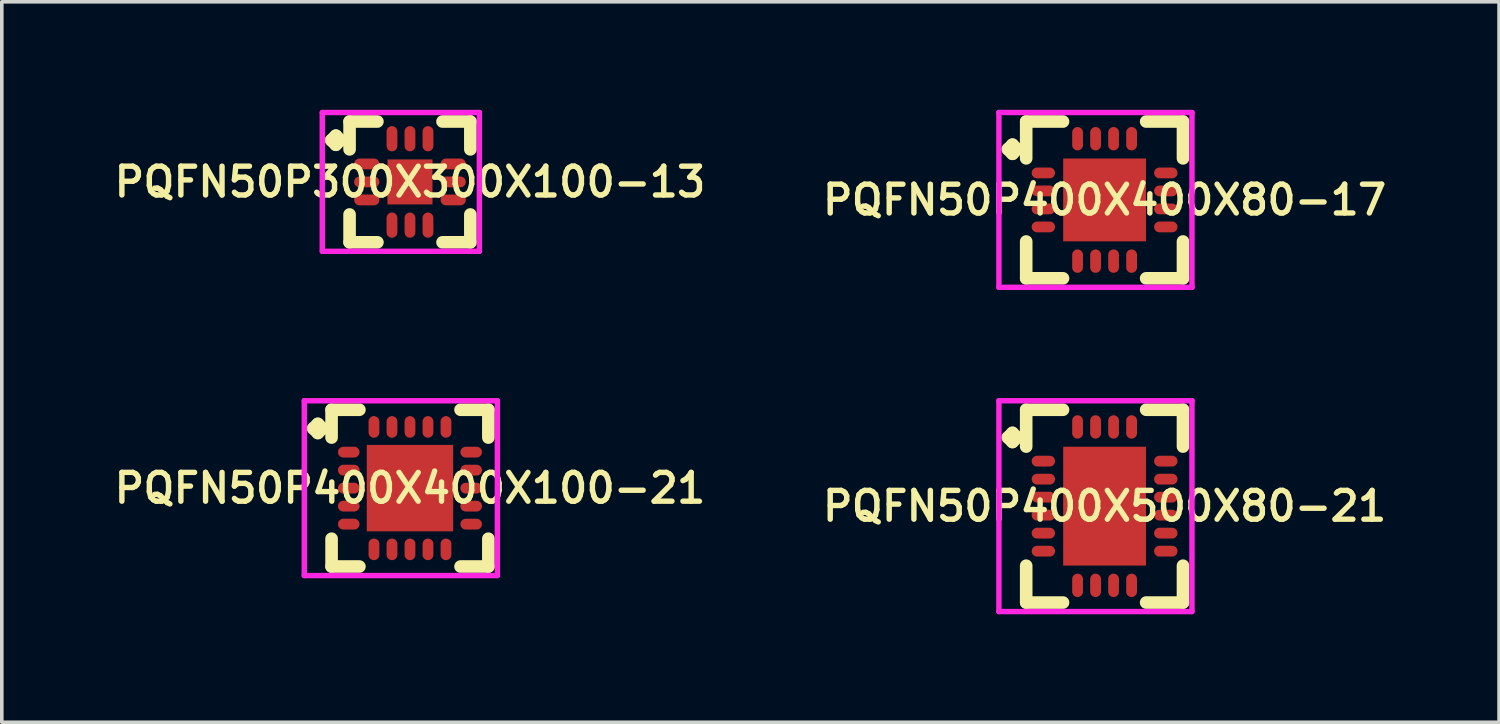
<source format=kicad_pcb>
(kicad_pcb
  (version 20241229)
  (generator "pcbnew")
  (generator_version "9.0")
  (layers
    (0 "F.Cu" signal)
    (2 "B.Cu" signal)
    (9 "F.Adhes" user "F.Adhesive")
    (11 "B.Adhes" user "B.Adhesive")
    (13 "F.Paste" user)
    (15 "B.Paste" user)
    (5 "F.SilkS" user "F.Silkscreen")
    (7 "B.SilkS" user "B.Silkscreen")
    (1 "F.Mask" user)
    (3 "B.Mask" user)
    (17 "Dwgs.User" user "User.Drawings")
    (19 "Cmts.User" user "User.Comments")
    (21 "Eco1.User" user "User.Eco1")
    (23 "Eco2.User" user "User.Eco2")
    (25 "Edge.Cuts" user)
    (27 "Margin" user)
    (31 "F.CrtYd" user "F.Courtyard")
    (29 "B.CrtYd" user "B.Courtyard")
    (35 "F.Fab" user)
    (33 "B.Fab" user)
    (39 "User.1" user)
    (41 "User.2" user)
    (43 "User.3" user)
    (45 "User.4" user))
  (footprint "PQFN50P400X400X80-17"
    (layer "F.Cu")
    (at 27.625 2.502)
    (property "Reference" "PQFN50P400X400X80-17" (at 0 0 0) (layer "F.SilkS") (effects (font (size 0.8 0.8) (thickness 0.15))))
    (attr smd)
    (fp_line (start -2.685 -1.408) (end -2.558 -1.535) (stroke (width 0.35) (type solid)) (layer "F.SilkS"))
    (fp_line (start -2.558 -1.535) (end -2.431 -1.408) (stroke (width 0.35) (type solid)) (layer "F.SilkS"))
    (fp_line (start -2.558 -1.281) (end -2.685 -1.408) (stroke (width 0.35) (type solid)) (layer "F.SilkS"))
    (fp_line (start -2.431 -1.408) (end -2.558 -1.281) (stroke (width 0.35) (type solid)) (layer "F.SilkS"))
    (fp_line (start -2.177 -2.177) (end -1.154 -2.177) (stroke (width 0.35) (type solid)) (layer "F.SilkS"))
    (fp_line (start -2.177 -1.154) (end -2.177 -2.177) (stroke (width 0.35) (type solid)) (layer "F.SilkS"))
    (fp_line (start -2.177 1.154) (end -2.177 2.177) (stroke (width 0.35) (type solid)) (layer "F.SilkS"))
    (fp_line (start -2.177 2.177) (end -1.154 2.177) (stroke (width 0.35) (type solid)) (layer "F.SilkS"))
    (fp_line (start 1.154 -2.177) (end 2.177 -2.177) (stroke (width 0.35) (type solid)) (layer "F.SilkS"))
    (fp_line (start 1.154 2.177) (end 2.177 2.177) (stroke (width 0.35) (type solid)) (layer "F.SilkS"))
    (fp_line (start 2.177 -2.177) (end 2.177 -1.154) (stroke (width 0.35) (type solid)) (layer "F.SilkS"))
    (fp_line (start 2.177 2.177) (end 2.177 1.154) (stroke (width 0.35) (type solid)) (layer "F.SilkS"))
    (fp_line (start -2.935 -2.427) (end 2.427 -2.427) (stroke (width 0.15) (type solid)) (layer "F.CrtYd"))
    (fp_line (start -2.935 2.427) (end -2.935 -2.427) (stroke (width 0.15) (type solid)) (layer "F.CrtYd"))
    (fp_line (start 2.427 -2.427) (end 2.427 2.427) (stroke (width 0.15) (type solid)) (layer "F.CrtYd"))
    (fp_line (start 2.427 2.427) (end -2.935 2.427) (stroke (width 0.15) (type solid)) (layer "F.CrtYd"))
    (pad "1" smd oval (at -1.7 -0.75) (size 0.65 0.3) (layers "F.Cu" "F.Mask" "F.Paste"))
    (pad "2" smd oval (at -1.7 -0.25) (size 0.65 0.3) (layers "F.Cu" "F.Mask" "F.Paste"))
    (pad "3" smd oval (at -1.7 0.25) (size 0.65 0.3) (layers "F.Cu" "F.Mask" "F.Paste"))
    (pad "4" smd oval (at -1.7 0.75) (size 0.65 0.3) (layers "F.Cu" "F.Mask" "F.Paste"))
    (pad "5" smd oval (at -0.75 1.7) (size 0.3 0.65) (layers "F.Cu" "F.Mask" "F.Paste"))
    (pad "6" smd oval (at -0.25 1.7) (size 0.3 0.65) (layers "F.Cu" "F.Mask" "F.Paste"))
    (pad "7" smd oval (at 0.25 1.7) (size 0.3 0.65) (layers "F.Cu" "F.Mask" "F.Paste"))
    (pad "8" smd oval (at 0.75 1.7) (size 0.3 0.65) (layers "F.Cu" "F.Mask" "F.Paste"))
    (pad "9" smd oval (at 1.7 0.75) (size 0.65 0.3) (layers "F.Cu" "F.Mask" "F.Paste"))
    (pad "10" smd oval (at 1.7 0.25) (size 0.65 0.3) (layers "F.Cu" "F.Mask" "F.Paste"))
    (pad "11" smd oval (at 1.7 -0.25) (size 0.65 0.3) (layers "F.Cu" "F.Mask" "F.Paste"))
    (pad "12" smd oval (at 1.7 -0.75) (size 0.65 0.3) (layers "F.Cu" "F.Mask" "F.Paste"))
    (pad "13" smd oval (at 0.75 -1.7) (size 0.3 0.65) (layers "F.Cu" "F.Mask" "F.Paste"))
    (pad "14" smd oval (at 0.25 -1.7) (size 0.3 0.65) (layers "F.Cu" "F.Mask" "F.Paste"))
    (pad "15" smd oval (at -0.25 -1.7) (size 0.3 0.65) (layers "F.Cu" "F.Mask" "F.Paste"))
    (pad "16" smd oval (at -0.75 -1.7) (size 0.3 0.65) (layers "F.Cu" "F.Mask" "F.Paste"))
    (pad "17" smd rect (at 0 0) (size 2.3 2.3) (layers "F.Cu" "F.Mask" "F.Paste")))
  (footprint "PQFN50P300X300X100-13"
    (layer "F.Cu")
    (at 8.335 2.002)
    (property "Reference" "PQFN50P300X300X100-13" (at 0 0 0) (layer "F.SilkS") (effects (font (size 0.8 0.8) (thickness 0.15))))
    (attr smd)
    (fp_line (start -2.185 -1.158) (end -2.058 -1.285) (stroke (width 0.35) (type solid)) (layer "F.SilkS"))
    (fp_line (start -2.058 -1.285) (end -1.931 -1.158) (stroke (width 0.35) (type solid)) (layer "F.SilkS"))
    (fp_line (start -2.058 -1.031) (end -2.185 -1.158) (stroke (width 0.35) (type solid)) (layer "F.SilkS"))
    (fp_line (start -1.931 -1.158) (end -2.058 -1.031) (stroke (width 0.35) (type solid)) (layer "F.SilkS"))
    (fp_line (start -1.677 -1.677) (end -0.904 -1.677) (stroke (width 0.35) (type solid)) (layer "F.SilkS"))
    (fp_line (start -1.677 -0.904) (end -1.677 -1.677) (stroke (width 0.35) (type solid)) (layer "F.SilkS"))
    (fp_line (start -1.677 0.904) (end -1.677 1.677) (stroke (width 0.35) (type solid)) (layer "F.SilkS"))
    (fp_line (start -1.677 1.677) (end -0.904 1.677) (stroke (width 0.35) (type solid)) (layer "F.SilkS"))
    (fp_line (start 0.904 -1.677) (end 1.677 -1.677) (stroke (width 0.35) (type solid)) (layer "F.SilkS"))
    (fp_line (start 0.904 1.677) (end 1.677 1.677) (stroke (width 0.35) (type solid)) (layer "F.SilkS"))
    (fp_line (start 1.677 -1.677) (end 1.677 -0.904) (stroke (width 0.35) (type solid)) (layer "F.SilkS"))
    (fp_line (start 1.677 1.677) (end 1.677 0.904) (stroke (width 0.35) (type solid)) (layer "F.SilkS"))
    (fp_line (start -2.435 -1.927) (end 1.927 -1.927) (stroke (width 0.15) (type solid)) (layer "F.CrtYd"))
    (fp_line (start -2.435 1.927) (end -2.435 -1.927) (stroke (width 0.15) (type solid)) (layer "F.CrtYd"))
    (fp_line (start 1.927 -1.927) (end 1.927 1.927) (stroke (width 0.15) (type solid)) (layer "F.CrtYd"))
    (fp_line (start 1.927 1.927) (end -2.435 1.927) (stroke (width 0.15) (type solid)) (layer "F.CrtYd"))
    (pad "1" smd oval (at -1.2 -0.5) (size 0.7 0.3) (layers "F.Cu" "F.Mask" "F.Paste"))
    (pad "2" smd oval (at -1.2 0) (size 0.7 0.3) (layers "F.Cu" "F.Mask" "F.Paste"))
    (pad "3" smd oval (at -1.2 0.5) (size 0.7 0.3) (layers "F.Cu" "F.Mask" "F.Paste"))
    (pad "4" smd oval (at -0.5 1.2) (size 0.3 0.7) (layers "F.Cu" "F.Mask" "F.Paste"))
    (pad "5" smd oval (at 0 1.2) (size 0.3 0.7) (layers "F.Cu" "F.Mask" "F.Paste"))
    (pad "6" smd oval (at 0.5 1.2) (size 0.3 0.7) (layers "F.Cu" "F.Mask" "F.Paste"))
    (pad "7" smd oval (at 1.2 0.5) (size 0.7 0.3) (layers "F.Cu" "F.Mask" "F.Paste"))
    (pad "8" smd oval (at 1.2 0) (size 0.7 0.3) (layers "F.Cu" "F.Mask" "F.Paste"))
    (pad "9" smd oval (at 1.2 -0.5) (size 0.7 0.3) (layers "F.Cu" "F.Mask" "F.Paste"))
    (pad "10" smd oval (at 0.5 -1.2) (size 0.3 0.7) (layers "F.Cu" "F.Mask" "F.Paste"))
    (pad "11" smd oval (at 0 -1.2) (size 0.3 0.7) (layers "F.Cu" "F.Mask" "F.Paste"))
    (pad "12" smd oval (at -0.5 -1.2) (size 0.3 0.7) (layers "F.Cu" "F.Mask" "F.Paste"))
    (pad "13" smd rect (at 0 0) (size 1.25 1.25) (layers "F.Cu" "F.Mask" "F.Paste")))
  (footprint "PQFN50P400X400X100-21"
    (layer "F.Cu")
    (at 8.335 10.506)
    (property "Reference" "PQFN50P400X400X100-21" (at 0 0 0) (layer "F.SilkS") (effects (font (size 0.8 0.8) (thickness 0.15))))
    (attr smd)
    (fp_line (start -2.685 -1.658) (end -2.558 -1.785) (stroke (width 0.35) (type solid)) (layer "F.SilkS"))
    (fp_line (start -2.558 -1.785) (end -2.431 -1.658) (stroke (width 0.35) (type solid)) (layer "F.SilkS"))
    (fp_line (start -2.558 -1.531) (end -2.685 -1.658) (stroke (width 0.35) (type solid)) (layer "F.SilkS"))
    (fp_line (start -2.431 -1.658) (end -2.558 -1.531) (stroke (width 0.35) (type solid)) (layer "F.SilkS"))
    (fp_line (start -2.177 -2.177) (end -1.404 -2.177) (stroke (width 0.35) (type solid)) (layer "F.SilkS"))
    (fp_line (start -2.177 -1.404) (end -2.177 -2.177) (stroke (width 0.35) (type solid)) (layer "F.SilkS"))
    (fp_line (start -2.177 1.404) (end -2.177 2.177) (stroke (width 0.35) (type solid)) (layer "F.SilkS"))
    (fp_line (start -2.177 2.177) (end -1.404 2.177) (stroke (width 0.35) (type solid)) (layer "F.SilkS"))
    (fp_line (start 1.404 -2.177) (end 2.177 -2.177) (stroke (width 0.35) (type solid)) (layer "F.SilkS"))
    (fp_line (start 1.404 2.177) (end 2.177 2.177) (stroke (width 0.35) (type solid)) (layer "F.SilkS"))
    (fp_line (start 2.177 -2.177) (end 2.177 -1.404) (stroke (width 0.35) (type solid)) (layer "F.SilkS"))
    (fp_line (start 2.177 2.177) (end 2.177 1.404) (stroke (width 0.35) (type solid)) (layer "F.SilkS"))
    (fp_line (start -2.935 -2.427) (end 2.427 -2.427) (stroke (width 0.15) (type solid)) (layer "F.CrtYd"))
    (fp_line (start -2.935 2.427) (end -2.935 -2.427) (stroke (width 0.15) (type solid)) (layer "F.CrtYd"))
    (fp_line (start 2.427 -2.427) (end 2.427 2.427) (stroke (width 0.15) (type solid)) (layer "F.CrtYd"))
    (fp_line (start 2.427 2.427) (end -2.935 2.427) (stroke (width 0.15) (type solid)) (layer "F.CrtYd"))
    (pad "1" smd oval (at -1.7 -1) (size 0.6 0.3) (layers "F.Cu" "F.Mask" "F.Paste"))
    (pad "2" smd oval (at -1.7 -0.5) (size 0.6 0.3) (layers "F.Cu" "F.Mask" "F.Paste"))
    (pad "3" smd oval (at -1.7 0) (size 0.6 0.3) (layers "F.Cu" "F.Mask" "F.Paste"))
    (pad "4" smd oval (at -1.7 0.5) (size 0.6 0.3) (layers "F.Cu" "F.Mask" "F.Paste"))
    (pad "5" smd oval (at -1.7 1) (size 0.6 0.3) (layers "F.Cu" "F.Mask" "F.Paste"))
    (pad "6" smd oval (at -1 1.7) (size 0.3 0.6) (layers "F.Cu" "F.Mask" "F.Paste"))
    (pad "7" smd oval (at -0.5 1.7) (size 0.3 0.6) (layers "F.Cu" "F.Mask" "F.Paste"))
    (pad "8" smd oval (at 0 1.7) (size 0.3 0.6) (layers "F.Cu" "F.Mask" "F.Paste"))
    (pad "9" smd oval (at 0.5 1.7) (size 0.3 0.6) (layers "F.Cu" "F.Mask" "F.Paste"))
    (pad "10" smd oval (at 1 1.7) (size 0.3 0.6) (layers "F.Cu" "F.Mask" "F.Paste"))
    (pad "11" smd oval (at 1.7 1) (size 0.6 0.3) (layers "F.Cu" "F.Mask" "F.Paste"))
    (pad "12" smd oval (at 1.7 0.5) (size 0.6 0.3) (layers "F.Cu" "F.Mask" "F.Paste"))
    (pad "13" smd oval (at 1.7 0) (size 0.6 0.3) (layers "F.Cu" "F.Mask" "F.Paste"))
    (pad "14" smd oval (at 1.7 -0.5) (size 0.6 0.3) (layers "F.Cu" "F.Mask" "F.Paste"))
    (pad "15" smd oval (at 1.7 -1) (size 0.6 0.3) (layers "F.Cu" "F.Mask" "F.Paste"))
    (pad "16" smd oval (at 1 -1.7) (size 0.3 0.6) (layers "F.Cu" "F.Mask" "F.Paste"))
    (pad "17" smd oval (at 0.5 -1.7) (size 0.3 0.6) (layers "F.Cu" "F.Mask" "F.Paste"))
    (pad "18" smd oval (at 0 -1.7) (size 0.3 0.6) (layers "F.Cu" "F.Mask" "F.Paste"))
    (pad "19" smd oval (at -0.5 -1.7) (size 0.3 0.6) (layers "F.Cu" "F.Mask" "F.Paste"))
    (pad "20" smd oval (at -1 -1.7) (size 0.3 0.6) (layers "F.Cu" "F.Mask" "F.Paste"))
    (pad "21" smd rect (at 0 0) (size 2.4 2.4) (layers "F.Cu" "F.Mask" "F.Paste")))
  (footprint "PQFN50P400X500X80-21"
    (layer "F.Cu")
    (at 27.625 11.006)
    (property "Reference" "PQFN50P400X500X80-21" (at 0 0 0) (layer "F.SilkS") (effects (font (size 0.8 0.8) (thickness 0.15))))
    (attr smd)
    (fp_line (start -2.685 -1.908) (end -2.558 -2.035) (stroke (width 0.35) (type solid)) (layer "F.SilkS"))
    (fp_line (start -2.558 -2.035) (end -2.431 -1.908) (stroke (width 0.35) (type solid)) (layer "F.SilkS"))
    (fp_line (start -2.558 -1.781) (end -2.685 -1.908) (stroke (width 0.35) (type solid)) (layer "F.SilkS"))
    (fp_line (start -2.431 -1.908) (end -2.558 -1.781) (stroke (width 0.35) (type solid)) (layer "F.SilkS"))
    (fp_line (start -2.177 -2.677) (end -1.154 -2.677) (stroke (width 0.35) (type solid)) (layer "F.SilkS"))
    (fp_line (start -2.177 -1.654) (end -2.177 -2.677) (stroke (width 0.35) (type solid)) (layer "F.SilkS"))
    (fp_line (start -2.177 1.654) (end -2.177 2.677) (stroke (width 0.35) (type solid)) (layer "F.SilkS"))
    (fp_line (start -2.177 2.677) (end -1.154 2.677) (stroke (width 0.35) (type solid)) (layer "F.SilkS"))
    (fp_line (start 1.154 -2.677) (end 2.177 -2.677) (stroke (width 0.35) (type solid)) (layer "F.SilkS"))
    (fp_line (start 1.154 2.677) (end 2.177 2.677) (stroke (width 0.35) (type solid)) (layer "F.SilkS"))
    (fp_line (start 2.177 -2.677) (end 2.177 -1.654) (stroke (width 0.35) (type solid)) (layer "F.SilkS"))
    (fp_line (start 2.177 2.677) (end 2.177 1.654) (stroke (width 0.35) (type solid)) (layer "F.SilkS"))
    (fp_line (start -2.935 -2.927) (end 2.427 -2.927) (stroke (width 0.15) (type solid)) (layer "F.CrtYd"))
    (fp_line (start -2.935 2.927) (end -2.935 -2.927) (stroke (width 0.15) (type solid)) (layer "F.CrtYd"))
    (fp_line (start 2.427 -2.927) (end 2.427 2.927) (stroke (width 0.15) (type solid)) (layer "F.CrtYd"))
    (fp_line (start 2.427 2.927) (end -2.935 2.927) (stroke (width 0.15) (type solid)) (layer "F.CrtYd"))
    (pad "1" smd oval (at -1.7 -1.25) (size 0.65 0.3) (layers "F.Cu" "F.Mask" "F.Paste"))
    (pad "2" smd oval (at -1.7 -0.75) (size 0.65 0.3) (layers "F.Cu" "F.Mask" "F.Paste"))
    (pad "3" smd oval (at -1.7 -0.25) (size 0.65 0.3) (layers "F.Cu" "F.Mask" "F.Paste"))
    (pad "4" smd oval (at -1.7 0.25) (size 0.65 0.3) (layers "F.Cu" "F.Mask" "F.Paste"))
    (pad "5" smd oval (at -1.7 0.75) (size 0.65 0.3) (layers "F.Cu" "F.Mask" "F.Paste"))
    (pad "6" smd oval (at -1.7 1.25) (size 0.65 0.3) (layers "F.Cu" "F.Mask" "F.Paste"))
    (pad "7" smd oval (at -0.75 2.2) (size 0.3 0.65) (layers "F.Cu" "F.Mask" "F.Paste"))
    (pad "8" smd oval (at -0.25 2.2) (size 0.3 0.65) (layers "F.Cu" "F.Mask" "F.Paste"))
    (pad "9" smd oval (at 0.25 2.2) (size 0.3 0.65) (layers "F.Cu" "F.Mask" "F.Paste"))
    (pad "10" smd oval (at 0.75 2.2) (size 0.3 0.65) (layers "F.Cu" "F.Mask" "F.Paste"))
    (pad "11" smd oval (at 1.7 1.25) (size 0.65 0.3) (layers "F.Cu" "F.Mask" "F.Paste"))
    (pad "12" smd oval (at 1.7 0.75) (size 0.65 0.3) (layers "F.Cu" "F.Mask" "F.Paste"))
    (pad "13" smd oval (at 1.7 0.25) (size 0.65 0.3) (layers "F.Cu" "F.Mask" "F.Paste"))
    (pad "14" smd oval (at 1.7 -0.25) (size 0.65 0.3) (layers "F.Cu" "F.Mask" "F.Paste"))
    (pad "15" smd oval (at 1.7 -0.75) (size 0.65 0.3) (layers "F.Cu" "F.Mask" "F.Paste"))
    (pad "16" smd oval (at 1.7 -1.25) (size 0.65 0.3) (layers "F.Cu" "F.Mask" "F.Paste"))
    (pad "17" smd oval (at 0.75 -2.2) (size 0.3 0.65) (layers "F.Cu" "F.Mask" "F.Paste"))
    (pad "18" smd oval (at 0.25 -2.2) (size 0.3 0.65) (layers "F.Cu" "F.Mask" "F.Paste"))
    (pad "19" smd oval (at -0.25 -2.2) (size 0.3 0.65) (layers "F.Cu" "F.Mask" "F.Paste"))
    (pad "20" smd oval (at -0.75 -2.2) (size 0.3 0.65) (layers "F.Cu" "F.Mask" "F.Paste"))
    (pad "21" smd rect (at 0 0) (size 2.3 3.3) (layers "F.Cu" "F.Mask" "F.Paste")))
  (gr_rect
    (start -3 -3)
    (end 38.58 17.008)
    (stroke (width 0.1) (type default))
    (fill no)
    (layer "Edge.Cuts")))
</source>
